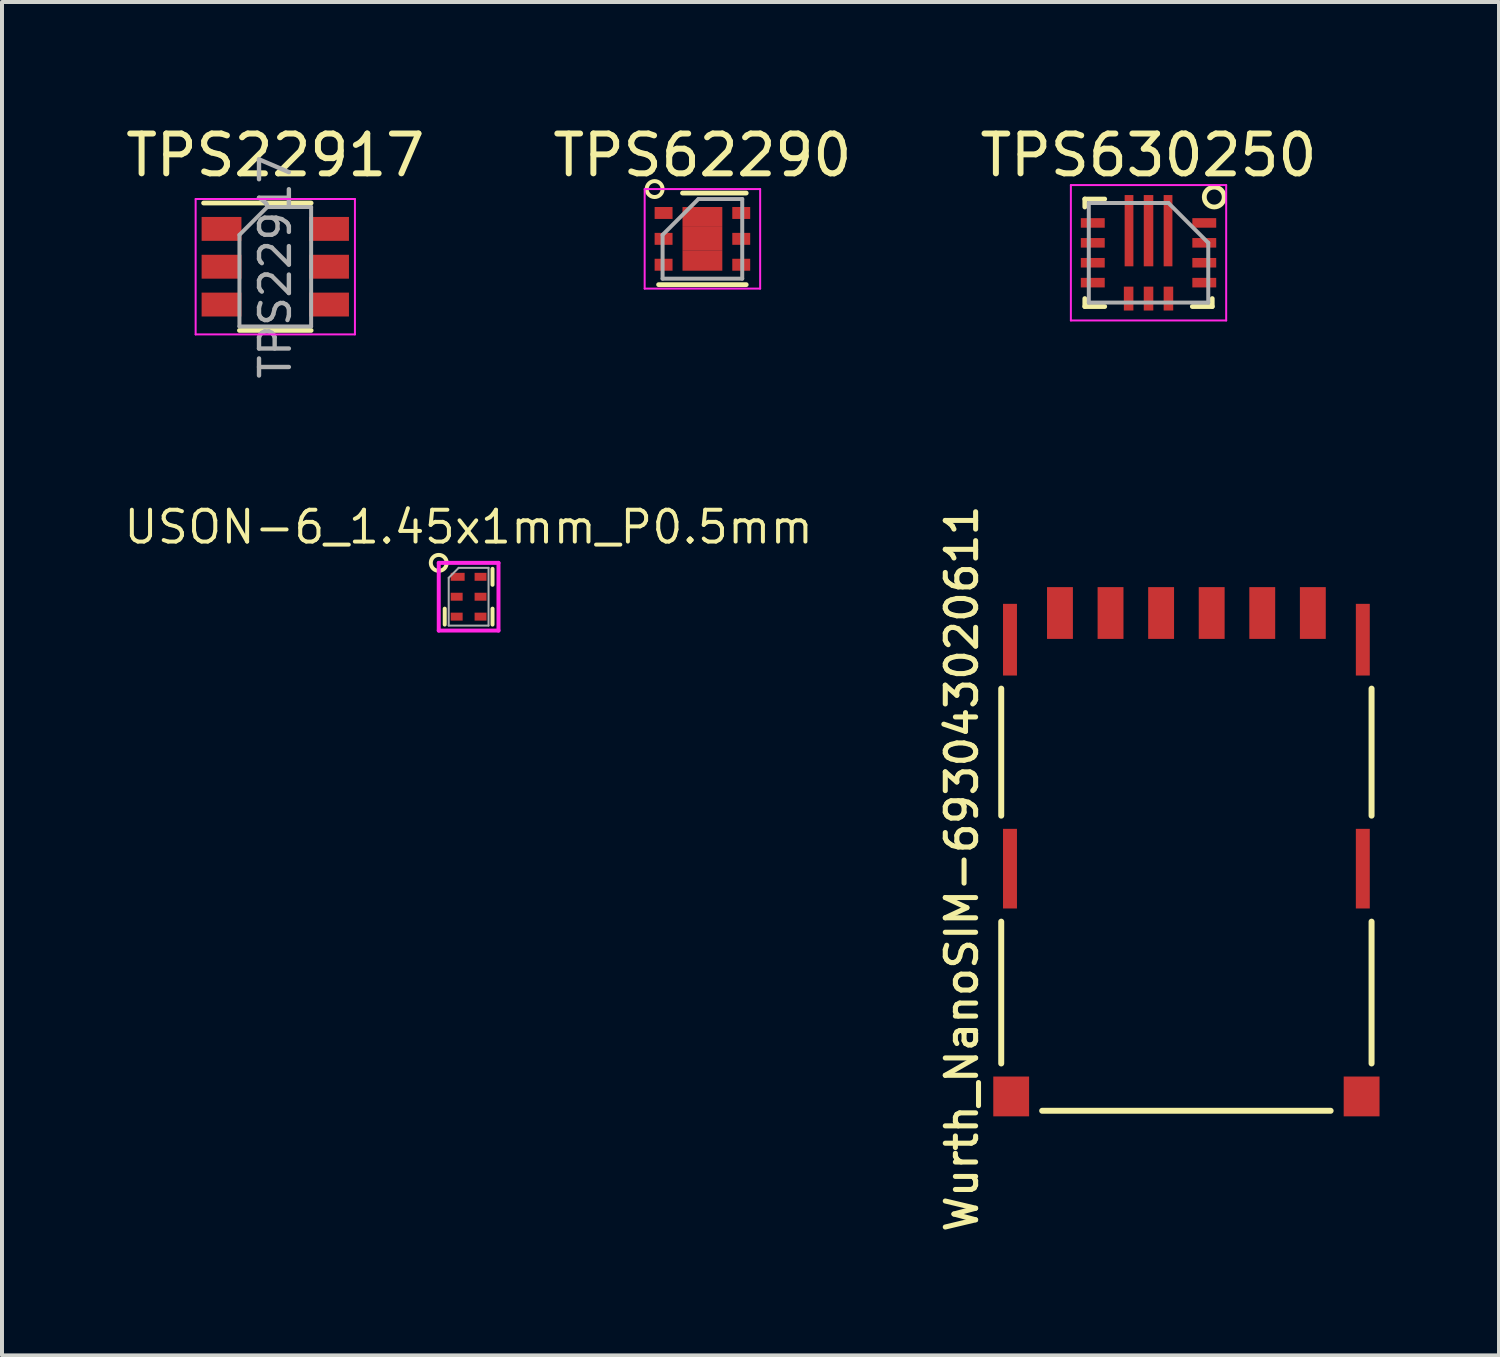
<source format=kicad_pcb>
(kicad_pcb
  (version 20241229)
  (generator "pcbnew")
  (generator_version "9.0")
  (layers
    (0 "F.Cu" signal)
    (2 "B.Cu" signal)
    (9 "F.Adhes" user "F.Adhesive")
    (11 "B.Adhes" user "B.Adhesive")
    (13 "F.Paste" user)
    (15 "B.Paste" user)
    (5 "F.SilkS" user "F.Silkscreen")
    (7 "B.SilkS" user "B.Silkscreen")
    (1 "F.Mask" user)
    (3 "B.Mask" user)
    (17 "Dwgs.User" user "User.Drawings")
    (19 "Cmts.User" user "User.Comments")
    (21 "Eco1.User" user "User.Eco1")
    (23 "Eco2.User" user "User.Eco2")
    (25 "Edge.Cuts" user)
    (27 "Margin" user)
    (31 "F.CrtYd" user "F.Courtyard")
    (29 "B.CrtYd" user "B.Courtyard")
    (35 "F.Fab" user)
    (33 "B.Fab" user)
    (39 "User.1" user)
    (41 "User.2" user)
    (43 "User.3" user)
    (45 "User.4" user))
  (footprint "Wurth_NanoSIM-693043020611"
    (layer "F.Cu")
    (at 26.743 18.764)
    (property "Reference" "Wurth_NanoSIM-693043020611" (at -5.639 0 90) (layer "F.SilkS") (effects (font (size 0.762 0.762) (thickness 0.127))))
    (attr through_hole)
    (fp_line (start -4.65 -1.331) (end -4.65 -4.521) (stroke (width 0.15) (type solid)) (layer "F.SilkS"))
    (fp_line (start -4.65 4.892) (end -4.65 1.331) (stroke (width 0.15) (type solid)) (layer "F.SilkS"))
    (fp_line (start -3.622 6.08) (end 3.622 6.08) (stroke (width 0.15) (type solid)) (layer "F.SilkS"))
    (fp_line (start 4.65 -1.331) (end 4.65 -4.521) (stroke (width 0.15) (type solid)) (layer "F.SilkS"))
    (fp_line (start 4.65 4.892) (end 4.65 1.331) (stroke (width 0.15) (type solid)) (layer "F.SilkS"))
    (pad "0" smd rect (at -4.43 -5.75) (size 0.35 1.8) (layers "F.Cu" "F.Mask" "F.Paste"))
    (pad "0" smd rect (at -4.43 0) (size 0.35 2) (layers "F.Cu" "F.Mask" "F.Paste"))
    (pad "0" smd rect (at -4.4 5.72) (size 0.9 1) (layers "F.Cu" "F.Mask" "F.Paste"))
    (pad "0" smd rect (at 4.4 5.72) (size 0.9 1) (layers "F.Cu" "F.Mask" "F.Paste"))
    (pad "0" smd rect (at 4.43 -5.75) (size 0.35 1.8) (layers "F.Cu" "F.Mask" "F.Paste"))
    (pad "0" smd rect (at 4.43 0) (size 0.35 2) (layers "F.Cu" "F.Mask" "F.Paste"))
    (pad "1" smd rect (at 1.905 -6.42) (size 0.65 1.3) (layers "F.Cu" "F.Mask" "F.Paste"))
    (pad "2" smd rect (at -0.635 -6.42) (size 0.65 1.3) (layers "F.Cu" "F.Mask" "F.Paste"))
    (pad "3" smd rect (at -1.905 -6.42) (size 0.65 1.3) (layers "F.Cu" "F.Mask" "F.Paste"))
    (pad "5" smd rect (at 3.175 -6.42) (size 0.65 1.3) (layers "F.Cu" "F.Mask" "F.Paste"))
    (pad "6" smd rect (at 0.635 -6.42) (size 0.65 1.3) (layers "F.Cu" "F.Mask" "F.Paste"))
    (pad "7" smd rect (at -3.175 -6.42) (size 0.65 1.3) (layers "F.Cu" "F.Mask" "F.Paste")))
  (footprint "TPS22917"
    (layer "F.Cu")
    (at 3.863 3.648)
    (property "Reference" "TPS22917" (at 0 -2.8 0) (layer "F.SilkS") (effects (font (size 1 1) (thickness 0.15))))
    (attr smd)
    (fp_line (start -0.9 1.6) (end 0.9 1.6) (stroke (width 0.12) (type solid)) (layer "F.SilkS"))
    (fp_line (start 0.9 -1.6) (end -1.8 -1.6) (stroke (width 0.12) (type solid)) (layer "F.SilkS"))
    (fp_line (start -2 -1.7) (end -2 1.7) (stroke (width 0.05) (type solid)) (layer "F.CrtYd"))
    (fp_line (start -2 1.7) (end 2 1.7) (stroke (width 0.05) (type solid)) (layer "F.CrtYd"))
    (fp_line (start 2 -1.7) (end -2 -1.7) (stroke (width 0.05) (type solid)) (layer "F.CrtYd"))
    (fp_line (start 2 1.7) (end 2 -1.7) (stroke (width 0.05) (type solid)) (layer "F.CrtYd"))
    (fp_line (start -0.9 -0.8) (end -0.9 1.5) (stroke (width 0.1) (type solid)) (layer "F.Fab"))
    (fp_line (start -0.2 -1.5) (end -0.9 -0.8) (stroke (width 0.1) (type solid)) (layer "F.Fab"))
    (fp_line (start 0.9 -1.5) (end -0.2 -1.5) (stroke (width 0.1) (type solid)) (layer "F.Fab"))
    (fp_line (start 0.9 -1.5) (end 0.9 1.5) (stroke (width 0.1) (type solid)) (layer "F.Fab"))
    (fp_line (start 0.9 1.5) (end -0.9 1.5) (stroke (width 0.1) (type solid)) (layer "F.Fab"))
    (fp_text user "${REFERENCE}" (at 0 0 90) (layer "F.Fab") (effects (font (size 0.75 0.75) (thickness 0.11))))
    (pad "1" smd rect (at -1.35 -0.95) (size 1 0.6) (layers "F.Cu" "F.Mask" "F.Paste"))
    (pad "2" smd rect (at -1.35 0) (size 1 0.6) (layers "F.Cu" "F.Mask" "F.Paste"))
    (pad "3" smd rect (at -1.35 0.95) (size 1 0.6) (layers "F.Cu" "F.Mask" "F.Paste"))
    (pad "4" smd rect (at 1.35 0.95) (size 1 0.6) (layers "F.Cu" "F.Mask" "F.Paste"))
    (pad "5" smd rect (at 1.35 0) (size 1 0.6) (layers "F.Cu" "F.Mask" "F.Paste"))
    (pad "6" smd rect (at 1.35 -0.95) (size 1 0.6) (layers "F.Cu" "F.Mask" "F.Paste")))
  (footprint "TPS62290"
    (layer "F.Cu")
    (at 14.589 2.948)
    (property "Reference" "TPS62290" (at 0 -2.1 0) (layer "F.SilkS") (effects (font (size 1 1) (thickness 0.15))))
    (attr through_hole)
    (fp_line (start -1.1 1.15) (end 1.1 1.15) (stroke (width 0.12) (type solid)) (layer "F.SilkS"))
    (fp_line (start 1.1 -1.15) (end -0.5 -1.15) (stroke (width 0.12) (type solid)) (layer "F.SilkS"))
    (fp_circle (center -1.2 -1.25) (end -1 -1.25) (stroke (width 0.1) (type solid)) (fill no) (layer "F.SilkS"))
    (fp_line (start -1.45 -1.25) (end 1.45 -1.25) (stroke (width 0.05) (type solid)) (layer "F.CrtYd"))
    (fp_line (start -1.45 1.25) (end -1.45 -1.25) (stroke (width 0.05) (type solid)) (layer "F.CrtYd"))
    (fp_line (start 1.45 -1.25) (end 1.45 1.25) (stroke (width 0.05) (type solid)) (layer "F.CrtYd"))
    (fp_line (start 1.45 1.25) (end -1.45 1.25) (stroke (width 0.05) (type solid)) (layer "F.CrtYd"))
    (fp_line (start -1 -0.1) (end -0.1 -1) (stroke (width 0.1) (type solid)) (layer "F.Fab"))
    (fp_line (start -1 1) (end -1 -0.1) (stroke (width 0.1) (type solid)) (layer "F.Fab"))
    (fp_line (start -0.1 -1) (end 1 -1) (stroke (width 0.1) (type solid)) (layer "F.Fab"))
    (fp_line (start 1 -1) (end 1 1) (stroke (width 0.1) (type solid)) (layer "F.Fab"))
    (fp_line (start 1 1) (end -1 1) (stroke (width 0.1) (type solid)) (layer "F.Fab"))
    (pad "1" smd rect (at -0.975 -0.65) (size 0.45 0.3) (layers "F.Cu" "F.Mask" "F.Paste"))
    (pad "2" smd rect (at -0.975 0) (size 0.45 0.3) (layers "F.Cu" "F.Mask" "F.Paste"))
    (pad "3" smd rect (at -0.975 0.65) (size 0.45 0.3) (layers "F.Cu" "F.Mask" "F.Paste"))
    (pad "4" smd rect (at 0.975 0.65) (size 0.45 0.3) (layers "F.Cu" "F.Mask" "F.Paste"))
    (pad "5" smd rect (at 0.975 0) (size 0.45 0.3) (layers "F.Cu" "F.Mask" "F.Paste"))
    (pad "6" smd rect (at 0.975 -0.65) (size 0.45 0.3) (layers "F.Cu" "F.Mask" "F.Paste"))
    (pad "7" smd rect (at 0 -0.55) (size 1 0.5) (layers "F.Cu" "F.Mask" "F.Paste"))
    (pad "7" smd rect (at 0 0) (size 1 0.6) (layers "F.Cu" "F.Mask" "F.Paste"))
    (pad "7" smd rect (at 0 0.55) (size 1 0.5) (layers "F.Cu" "F.Mask" "F.Paste")))
  (footprint "TPS630250"
    (layer "F.Cu")
    (at 25.792 3.298)
    (property "Reference" "TPS630250" (at 0 -2.45 0) (layer "F.SilkS") (effects (font (size 1 1) (thickness 0.15))))
    (attr through_hole)
    (fp_line (start -1.6 -1.35) (end -1.1 -1.35) (stroke (width 0.12) (type solid)) (layer "F.SilkS"))
    (fp_line (start -1.6 -1.15) (end -1.6 -1.35) (stroke (width 0.12) (type solid)) (layer "F.SilkS"))
    (fp_line (start -1.6 1.35) (end -1.6 1.15) (stroke (width 0.12) (type solid)) (layer "F.SilkS"))
    (fp_line (start -1.6 1.35) (end -1.1 1.35) (stroke (width 0.12) (type solid)) (layer "F.SilkS"))
    (fp_line (start 1.6 1.35) (end 1.1 1.35) (stroke (width 0.12) (type solid)) (layer "F.SilkS"))
    (fp_line (start 1.6 1.35) (end 1.6 1.15) (stroke (width 0.12) (type solid)) (layer "F.SilkS"))
    (fp_circle (center 1.65 -1.4) (end 1.9 -1.4) (stroke (width 0.12) (type solid)) (fill no) (layer "F.SilkS"))
    (fp_line (start -1.95 -1.7) (end 1.95 -1.7) (stroke (width 0.05) (type solid)) (layer "F.CrtYd"))
    (fp_line (start -1.95 1.7) (end -1.95 -1.7) (stroke (width 0.05) (type solid)) (layer "F.CrtYd"))
    (fp_line (start 1.95 -1.7) (end 1.95 1.7) (stroke (width 0.05) (type solid)) (layer "F.CrtYd"))
    (fp_line (start 1.95 1.7) (end -1.95 1.7) (stroke (width 0.05) (type solid)) (layer "F.CrtYd"))
    (fp_line (start -1.5 -1.25) (end -1.5 1.25) (stroke (width 0.1) (type solid)) (layer "F.Fab"))
    (fp_line (start -1.5 1.25) (end 1.5 1.25) (stroke (width 0.1) (type solid)) (layer "F.Fab"))
    (fp_line (start 0.5 -1.25) (end -1.5 -1.25) (stroke (width 0.1) (type solid)) (layer "F.Fab"))
    (fp_line (start 0.5 -1.25) (end 1.5 -0.25) (stroke (width 0.1) (type solid)) (layer "F.Fab"))
    (fp_line (start 1.5 1.25) (end 1.5 -0.25) (stroke (width 0.1) (type solid)) (layer "F.Fab"))
    (pad "1" smd rect (at 0.49 -0.555) (size 0.22 1.79) (layers "F.Cu" "F.Mask" "F.Paste"))
    (pad "2" smd rect (at 0 -0.555) (size 0.24 1.79) (layers "F.Cu" "F.Mask" "F.Paste"))
    (pad "3" smd rect (at -0.49 -0.555) (size 0.22 1.79) (layers "F.Cu" "F.Mask" "F.Paste"))
    (pad "4" smd rect (at -1.4 -0.75) (size 0.6 0.24) (layers "F.Cu" "F.Mask" "F.Paste"))
    (pad "5" smd rect (at -1.4 -0.25) (size 0.6 0.24) (layers "F.Cu" "F.Mask" "F.Paste"))
    (pad "6" smd rect (at -1.4 0.25) (size 0.6 0.24) (layers "F.Cu" "F.Mask" "F.Paste"))
    (pad "7" smd rect (at -1.4 0.75) (size 0.6 0.24) (layers "F.Cu" "F.Mask" "F.Paste"))
    (pad "8" smd rect (at -0.5 1.15) (size 0.24 0.6) (layers "F.Cu" "F.Mask" "F.Paste"))
    (pad "9" smd rect (at 0 1.15) (size 0.24 0.6) (layers "F.Cu" "F.Mask" "F.Paste"))
    (pad "10" smd rect (at 0.5 1.15) (size 0.24 0.6) (layers "F.Cu" "F.Mask" "F.Paste"))
    (pad "11" smd rect (at 1.4 0.75) (size 0.6 0.24) (layers "F.Cu" "F.Mask" "F.Paste"))
    (pad "12" smd rect (at 1.4 0.25) (size 0.6 0.24) (layers "F.Cu" "F.Mask" "F.Paste"))
    (pad "13" smd rect (at 1.4 -0.25) (size 0.6 0.24) (layers "F.Cu" "F.Mask" "F.Paste"))
    (pad "14" smd rect (at 1.4 -0.75) (size 0.6 0.24) (layers "F.Cu" "F.Mask" "F.Paste")))
  (footprint "USON-6_1.45x1mm_P0.5mm"
    (layer "F.Cu")
    (at 8.718 11.935)
    (property "Reference" "USON-6_1.45x1mm_P0.5mm" (at 0 -1.75 0) (layer "F.SilkS") (effects (font (size 0.8 0.8) (thickness 0.1))))
    (attr through_hole)
    (fp_line (start -0.6 0.3) (end -0.6 0.7) (stroke (width 0.1) (type solid)) (layer "F.SilkS"))
    (fp_line (start 0.6 -0.3) (end 0.6 -0.7) (stroke (width 0.1) (type solid)) (layer "F.SilkS"))
    (fp_line (start 0.6 0.7) (end 0.6 0.3) (stroke (width 0.1) (type solid)) (layer "F.SilkS"))
    (fp_circle (center -0.75 -0.85) (end -0.55 -0.85) (stroke (width 0.1) (type solid)) (fill no) (layer "F.SilkS"))
    (fp_line (start -0.75 -0.85) (end 0.75 -0.85) (stroke (width 0.1) (type solid)) (layer "F.CrtYd"))
    (fp_line (start -0.75 0.85) (end -0.75 -0.85) (stroke (width 0.1) (type solid)) (layer "F.CrtYd"))
    (fp_line (start 0.75 -0.85) (end 0.75 0.85) (stroke (width 0.1) (type solid)) (layer "F.CrtYd"))
    (fp_line (start 0.75 0.85) (end -0.75 0.85) (stroke (width 0.1) (type solid)) (layer "F.CrtYd"))
    (fp_line (start -0.5 -0.475) (end -0.25 -0.725) (stroke (width 0.05) (type solid)) (layer "F.Fab"))
    (fp_line (start -0.5 0.725) (end -0.5 -0.475) (stroke (width 0.05) (type solid)) (layer "F.Fab"))
    (fp_line (start -0.5 0.725) (end 0.5 0.725) (stroke (width 0.05) (type solid)) (layer "F.Fab"))
    (fp_line (start -0.25 -0.725) (end 0.5 -0.725) (stroke (width 0.05) (type solid)) (layer "F.Fab"))
    (fp_line (start 0.5 0.725) (end 0.5 -0.725) (stroke (width 0.05) (type solid)) (layer "F.Fab"))
    (pad "1" smd rect (at -0.275 -0.5) (size 0.35 0.2) (layers "F.Cu" "F.Mask" "F.Paste"))
    (pad "2" smd rect (at -0.3 0) (size 0.3 0.2) (layers "F.Cu" "F.Mask" "F.Paste"))
    (pad "3" smd rect (at -0.3 0.5) (size 0.3 0.2) (layers "F.Cu" "F.Mask" "F.Paste"))
    (pad "4" smd rect (at 0.3 0.5) (size 0.3 0.2) (layers "F.Cu" "F.Mask" "F.Paste"))
    (pad "5" smd rect (at 0.3 0) (size 0.3 0.2) (layers "F.Cu" "F.Mask" "F.Paste"))
    (pad "6" smd rect (at 0.3 -0.5) (size 0.3 0.2) (layers "F.Cu" "F.Mask" "F.Paste")))
  (gr_rect
    (start -3 -3)
    (end 34.593 30.986)
    (stroke (width 0.1) (type default))
    (fill no)
    (layer "Edge.Cuts")))
</source>
